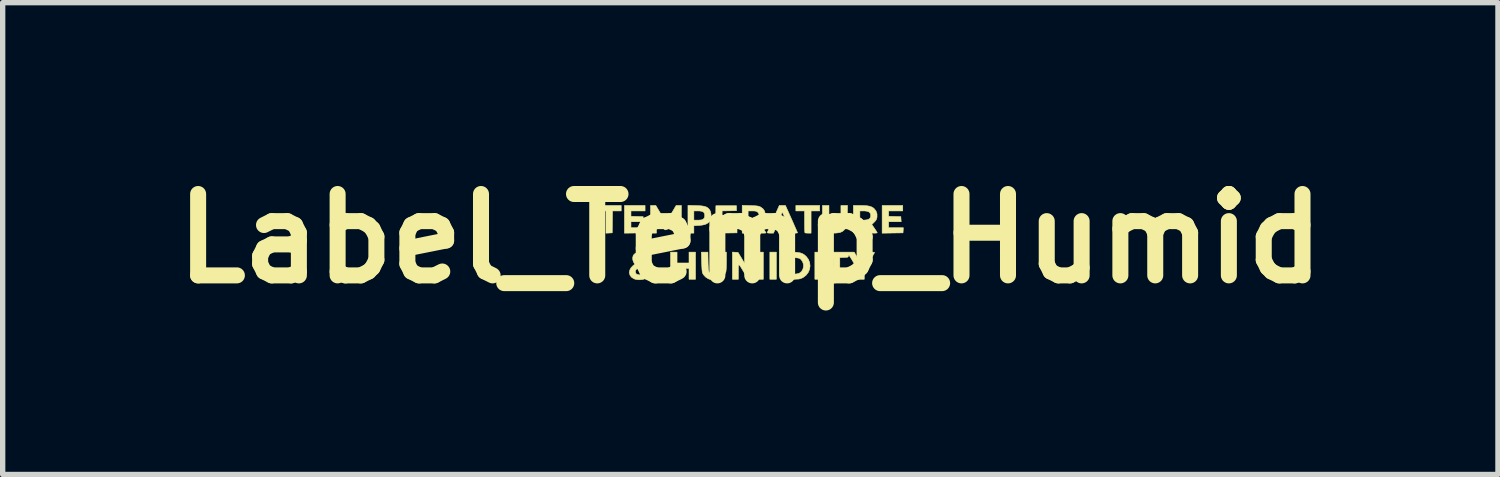
<source format=kicad_pcb>
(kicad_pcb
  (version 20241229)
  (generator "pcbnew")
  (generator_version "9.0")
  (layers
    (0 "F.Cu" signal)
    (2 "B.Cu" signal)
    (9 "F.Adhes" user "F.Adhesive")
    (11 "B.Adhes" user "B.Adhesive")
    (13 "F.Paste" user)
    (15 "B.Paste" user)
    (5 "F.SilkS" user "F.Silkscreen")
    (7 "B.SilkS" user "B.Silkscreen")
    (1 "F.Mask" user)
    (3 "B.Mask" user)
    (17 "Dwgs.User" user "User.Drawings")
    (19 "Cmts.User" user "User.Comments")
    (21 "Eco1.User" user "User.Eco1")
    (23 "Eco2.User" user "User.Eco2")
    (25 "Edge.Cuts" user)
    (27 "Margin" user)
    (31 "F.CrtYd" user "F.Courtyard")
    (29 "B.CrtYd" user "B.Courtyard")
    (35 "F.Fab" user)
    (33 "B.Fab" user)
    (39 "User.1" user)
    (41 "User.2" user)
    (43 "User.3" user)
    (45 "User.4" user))
  (footprint "Label_Temp_Humid"
    (layer "F.Cu")
    (at 11.002 1.418)
    (property "Reference" "Label_Temp_Humid" (at 0 0 0) (layer "F.SilkS") (effects (font (size 1.524 1.524) (thickness 0.3))))
    (attr through_hole)
    (fp_poly (pts (xy 0.488 0.762) (xy 0.366 0.762) (xy 0.366 0.254) (xy 0.488 0.254) (xy 0.488 0.762)) (stroke (width 0.01) (type solid)) (fill yes) (layer "F.SilkS"))
    (fp_poly (pts (xy 1.331 0.762) (xy 1.209 0.762) (xy 1.209 0.254) (xy 1.331 0.254) (xy 1.331 0.762)) (stroke (width 0.01) (type solid)) (fill yes) (layer "F.SilkS"))
    (fp_poly (pts (xy -2.418 -0.518) (xy -2.58 -0.518) (xy -2.586 -0.107) (xy -2.703 -0.101) (xy -2.703 -0.518) (xy -2.865 -0.518) (xy -2.865 -0.62) (xy -2.418 -0.62) (xy -2.418 -0.518)) (stroke (width 0.01) (type solid)) (fill yes) (layer "F.SilkS"))
    (fp_poly (pts (xy -1.372 0.457) (xy -1.148 0.457) (xy -1.148 0.254) (xy -1.026 0.254) (xy -1.026 0.762) (xy -1.148 0.762) (xy -1.148 0.559) (xy -1.372 0.559) (xy -1.372 0.762) (xy -1.494 0.762) (xy -1.494 0.254) (xy -1.372 0.254) (xy -1.372 0.457)) (stroke (width 0.01) (type solid)) (fill yes) (layer "F.SilkS"))
    (fp_poly (pts (xy -1.971 -0.518) (xy -2.235 -0.518) (xy -2.235 -0.417) (xy -2.007 -0.411) (xy -2.004 -0.363) (xy -2 -0.315) (xy -2.235 -0.315) (xy -2.235 -0.203) (xy -1.96 -0.203) (xy -1.963 -0.155) (xy -1.966 -0.107) (xy -2.357 -0.101) (xy -2.357 -0.62) (xy -1.971 -0.62) (xy -1.971 -0.518)) (stroke (width 0.01) (type solid)) (fill yes) (layer "F.SilkS"))
    (fp_poly (pts (xy 2.855 -0.518) (xy 2.591 -0.518) (xy 2.591 -0.417) (xy 2.819 -0.411) (xy 2.822 -0.363) (xy 2.826 -0.315) (xy 2.591 -0.315) (xy 2.591 -0.203) (xy 2.866 -0.203) (xy 2.863 -0.155) (xy 2.86 -0.107) (xy 2.469 -0.101) (xy 2.469 -0.62) (xy 2.855 -0.62) (xy 2.855 -0.518)) (stroke (width 0.01) (type solid)) (fill yes) (layer "F.SilkS"))
    (fp_poly (pts (xy 1.3 -0.518) (xy 1.138 -0.518) (xy 1.138 -0.102) (xy 1.084 -0.102) (xy 1.052 -0.103) (xy 1.029 -0.106) (xy 1.023 -0.108) (xy 1.021 -0.12) (xy 1.019 -0.149) (xy 1.017 -0.192) (xy 1.016 -0.246) (xy 1.016 -0.307) (xy 1.016 -0.317) (xy 1.016 -0.518) (xy 0.853 -0.518) (xy 0.853 -0.62) (xy 1.3 -0.62) (xy 1.3 -0.518)) (stroke (width 0.01) (type solid)) (fill yes) (layer "F.SilkS"))
    (fp_poly (pts (xy -0.259 -0.523) (xy -0.394 -0.52) (xy -0.528 -0.518) (xy -0.528 -0.417) (xy -0.409 -0.414) (xy -0.29 -0.411) (xy -0.29 -0.32) (xy -0.528 -0.314) (xy -0.528 -0.204) (xy -0.249 -0.198) (xy -0.249 -0.107) (xy -0.445 -0.104) (xy -0.516 -0.103) (xy -0.569 -0.103) (xy -0.606 -0.105) (xy -0.63 -0.107) (xy -0.642 -0.111) (xy -0.646 -0.114) (xy -0.647 -0.128) (xy -0.648 -0.159) (xy -0.648 -0.204) (xy -0.649 -0.26) (xy -0.648 -0.325) (xy -0.648 -0.371) (xy -0.645 -0.615) (xy -0.259 -0.615) (xy -0.259 -0.523)) (stroke (width 0.01) (type solid)) (fill yes) (layer "F.SilkS"))
    (fp_poly (pts (xy -0.23 0.259) (xy -0.136 0.415) (xy -0.043 0.571) (xy 0.052 0.412) (xy 0.147 0.254) (xy 0.244 0.254) (xy 0.244 0.762) (xy 0.132 0.762) (xy 0.132 0.612) (xy 0.132 0.462) (xy 0.058 0.587) (xy 0.029 0.636) (xy 0.007 0.671) (xy -0.01 0.693) (xy -0.023 0.705) (xy -0.034 0.71) (xy -0.043 0.711) (xy -0.056 0.709) (xy -0.069 0.701) (xy -0.084 0.684) (xy -0.104 0.655) (xy -0.129 0.614) (xy -0.163 0.557) (xy -0.188 0.518) (xy -0.205 0.496) (xy -0.215 0.491) (xy -0.22 0.504) (xy -0.223 0.534) (xy -0.223 0.582) (xy -0.223 0.617) (xy -0.224 0.762) (xy -0.335 0.762) (xy -0.335 0.253) (xy -0.23 0.259)) (stroke (width 0.01) (type solid)) (fill yes) (layer "F.SilkS"))
    (fp_poly (pts (xy -1.019 -0.618) (xy -0.945 -0.615) (xy -0.888 -0.609) (xy -0.844 -0.599) (xy -0.811 -0.585) (xy -0.784 -0.565) (xy -0.762 -0.538) (xy -0.76 -0.536) (xy -0.743 -0.498) (xy -0.735 -0.449) (xy -0.737 -0.397) (xy -0.748 -0.351) (xy -0.76 -0.327) (xy -0.792 -0.293) (xy -0.835 -0.269) (xy -0.89 -0.254) (xy -0.961 -0.246) (xy -0.963 -0.246) (xy -1.057 -0.241) (xy -1.057 -0.102) (xy -1.168 -0.102) (xy -1.168 -0.518) (xy -1.057 -0.518) (xy -1.057 -0.345) (xy -0.982 -0.345) (xy -0.939 -0.347) (xy -0.91 -0.351) (xy -0.889 -0.36) (xy -0.88 -0.366) (xy -0.862 -0.385) (xy -0.855 -0.409) (xy -0.853 -0.432) (xy -0.858 -0.469) (xy -0.874 -0.494) (xy -0.904 -0.51) (xy -0.949 -0.517) (xy -0.982 -0.518) (xy -1.057 -0.518) (xy -1.168 -0.518) (xy -1.168 -0.622) (xy -1.019 -0.618)) (stroke (width 0.01) (type solid)) (fill yes) (layer "F.SilkS"))
    (fp_poly (pts (xy -0.791 0.429) (xy -0.789 0.5) (xy -0.786 0.553) (xy -0.782 0.592) (xy -0.775 0.619) (xy -0.765 0.637) (xy -0.752 0.65) (xy -0.734 0.66) (xy -0.691 0.67) (xy -0.646 0.667) (xy -0.608 0.65) (xy -0.603 0.646) (xy -0.574 0.622) (xy -0.571 0.438) (xy -0.568 0.254) (xy -0.447 0.254) (xy -0.447 0.419) (xy -0.448 0.478) (xy -0.449 0.532) (xy -0.452 0.578) (xy -0.455 0.61) (xy -0.457 0.621) (xy -0.482 0.678) (xy -0.521 0.723) (xy -0.554 0.746) (xy -0.599 0.762) (xy -0.654 0.77) (xy -0.711 0.77) (xy -0.762 0.762) (xy -0.787 0.753) (xy -0.837 0.721) (xy -0.876 0.679) (xy -0.895 0.645) (xy -0.9 0.623) (xy -0.905 0.583) (xy -0.908 0.529) (xy -0.911 0.464) (xy -0.912 0.434) (xy -0.917 0.254) (xy -0.794 0.254) (xy -0.791 0.429)) (stroke (width 0.01) (type solid)) (fill yes) (layer "F.SilkS"))
    (fp_poly (pts (xy 2.302 0.255) (xy 2.322 0.258) (xy 2.327 0.26) (xy 2.322 0.27) (xy 2.308 0.295) (xy 2.287 0.332) (xy 2.26 0.377) (xy 2.23 0.427) (xy 2.134 0.587) (xy 2.134 0.762) (xy 2.012 0.762) (xy 2.012 0.577) (xy 1.926 0.435) (xy 1.894 0.382) (xy 1.871 0.345) (xy 1.856 0.323) (xy 1.846 0.312) (xy 1.84 0.312) (xy 1.837 0.32) (xy 1.837 0.321) (xy 1.835 0.336) (xy 1.829 0.345) (xy 1.815 0.35) (xy 1.788 0.352) (xy 1.755 0.353) (xy 1.676 0.356) (xy 1.676 0.762) (xy 1.554 0.762) (xy 1.554 0.356) (xy 1.392 0.356) (xy 1.392 0.254) (xy 1.669 0.254) (xy 1.946 0.254) (xy 1.989 0.328) (xy 2.012 0.368) (xy 2.035 0.407) (xy 2.054 0.437) (xy 2.056 0.441) (xy 2.08 0.48) (xy 2.216 0.254) (xy 2.271 0.254) (xy 2.302 0.255)) (stroke (width 0.01) (type solid)) (fill yes) (layer "F.SilkS"))
    (fp_poly (pts (xy 0.771 -0.367) (xy 0.801 -0.3) (xy 0.827 -0.24) (xy 0.85 -0.188) (xy 0.868 -0.147) (xy 0.88 -0.12) (xy 0.884 -0.108) (xy 0.884 -0.108) (xy 0.875 -0.105) (xy 0.851 -0.102) (xy 0.824 -0.102) (xy 0.764 -0.102) (xy 0.742 -0.157) (xy 0.719 -0.213) (xy 0.48 -0.213) (xy 0.457 -0.157) (xy 0.435 -0.102) (xy 0.374 -0.102) (xy 0.338 -0.103) (xy 0.321 -0.107) (xy 0.318 -0.114) (xy 0.323 -0.127) (xy 0.336 -0.155) (xy 0.354 -0.197) (xy 0.377 -0.249) (xy 0.402 -0.305) (xy 0.52 -0.305) (xy 0.681 -0.305) (xy 0.665 -0.343) (xy 0.651 -0.375) (xy 0.635 -0.415) (xy 0.628 -0.434) (xy 0.615 -0.463) (xy 0.605 -0.483) (xy 0.6 -0.488) (xy 0.593 -0.479) (xy 0.582 -0.455) (xy 0.566 -0.421) (xy 0.556 -0.396) (xy 0.52 -0.305) (xy 0.402 -0.305) (xy 0.405 -0.31) (xy 0.433 -0.373) (xy 0.543 -0.62) (xy 0.658 -0.62) (xy 0.771 -0.367)) (stroke (width 0.01) (type solid)) (fill yes) (layer "F.SilkS"))
    (fp_poly (pts (xy 0.829 0.255) (xy 0.89 0.26) (xy 0.939 0.269) (xy 0.979 0.284) (xy 1.013 0.305) (xy 1.045 0.334) (xy 1.047 0.335) (xy 1.088 0.39) (xy 1.112 0.45) (xy 1.119 0.513) (xy 1.11 0.576) (xy 1.085 0.634) (xy 1.045 0.686) (xy 0.991 0.728) (xy 0.97 0.738) (xy 0.949 0.747) (xy 0.928 0.754) (xy 0.903 0.758) (xy 0.87 0.76) (xy 0.826 0.762) (xy 0.765 0.762) (xy 0.765 0.762) (xy 0.61 0.762) (xy 0.61 0.673) (xy 0.721 0.673) (xy 0.805 0.669) (xy 0.859 0.663) (xy 0.902 0.654) (xy 0.922 0.646) (xy 0.96 0.616) (xy 0.984 0.575) (xy 0.996 0.527) (xy 0.994 0.478) (xy 0.978 0.431) (xy 0.949 0.391) (xy 0.937 0.381) (xy 0.918 0.37) (xy 0.893 0.364) (xy 0.856 0.359) (xy 0.815 0.357) (xy 0.721 0.354) (xy 0.721 0.673) (xy 0.61 0.673) (xy 0.61 0.254) (xy 0.751 0.254) (xy 0.829 0.255)) (stroke (width 0.01) (type solid)) (fill yes) (layer "F.SilkS"))
    (fp_poly (pts (xy -1.34 -0.62) (xy -1.29 -0.62) (xy -1.295 -0.107) (xy -1.348 -0.104) (xy -1.402 -0.101) (xy -1.404 -0.254) (xy -1.407 -0.407) (xy -1.479 -0.287) (xy -1.508 -0.239) (xy -1.53 -0.205) (xy -1.547 -0.183) (xy -1.56 -0.171) (xy -1.573 -0.166) (xy -1.58 -0.165) (xy -1.593 -0.164) (xy -1.604 -0.168) (xy -1.616 -0.179) (xy -1.631 -0.2) (xy -1.652 -0.232) (xy -1.68 -0.279) (xy -1.681 -0.281) (xy -1.753 -0.401) (xy -1.758 -0.102) (xy -1.807 -0.102) (xy -1.837 -0.103) (xy -1.858 -0.106) (xy -1.863 -0.108) (xy -1.865 -0.12) (xy -1.866 -0.149) (xy -1.868 -0.193) (xy -1.869 -0.249) (xy -1.869 -0.313) (xy -1.869 -0.367) (xy -1.869 -0.62) (xy -1.77 -0.62) (xy -1.676 -0.462) (xy -1.646 -0.412) (xy -1.62 -0.368) (xy -1.599 -0.334) (xy -1.585 -0.312) (xy -1.58 -0.305) (xy -1.574 -0.313) (xy -1.56 -0.336) (xy -1.538 -0.371) (xy -1.512 -0.415) (xy -1.483 -0.462) (xy -1.389 -0.62) (xy -1.34 -0.62)) (stroke (width 0.01) (type solid)) (fill yes) (layer "F.SilkS"))
    (fp_poly (pts (xy 1.473 -0.452) (xy 1.474 -0.374) (xy 1.478 -0.314) (xy 1.484 -0.269) (xy 1.496 -0.238) (xy 1.513 -0.219) (xy 1.537 -0.208) (xy 1.568 -0.204) (xy 1.585 -0.203) (xy 1.62 -0.205) (xy 1.647 -0.213) (xy 1.667 -0.228) (xy 1.681 -0.254) (xy 1.69 -0.292) (xy 1.695 -0.344) (xy 1.697 -0.414) (xy 1.697 -0.452) (xy 1.697 -0.62) (xy 1.821 -0.62) (xy 1.817 -0.439) (xy 1.816 -0.373) (xy 1.814 -0.324) (xy 1.811 -0.288) (xy 1.808 -0.261) (xy 1.802 -0.24) (xy 1.795 -0.221) (xy 1.789 -0.21) (xy 1.761 -0.165) (xy 1.726 -0.134) (xy 1.68 -0.114) (xy 1.62 -0.105) (xy 1.596 -0.103) (xy 1.55 -0.102) (xy 1.519 -0.104) (xy 1.494 -0.11) (xy 1.469 -0.122) (xy 1.463 -0.124) (xy 1.412 -0.163) (xy 1.376 -0.214) (xy 1.362 -0.253) (xy 1.358 -0.276) (xy 1.355 -0.314) (xy 1.353 -0.364) (xy 1.352 -0.421) (xy 1.351 -0.455) (xy 1.351 -0.62) (xy 1.473 -0.62) (xy 1.473 -0.452)) (stroke (width 0.01) (type solid)) (fill yes) (layer "F.SilkS"))
    (fp_poly (pts (xy -0.003 -0.618) (xy 0.058 -0.616) (xy 0.103 -0.613) (xy 0.135 -0.61) (xy 0.159 -0.604) (xy 0.18 -0.597) (xy 0.19 -0.592) (xy 0.237 -0.558) (xy 0.267 -0.515) (xy 0.281 -0.46) (xy 0.283 -0.447) (xy 0.279 -0.385) (xy 0.26 -0.334) (xy 0.224 -0.296) (xy 0.218 -0.291) (xy 0.185 -0.27) (xy 0.24 -0.19) (xy 0.263 -0.155) (xy 0.282 -0.127) (xy 0.293 -0.11) (xy 0.295 -0.106) (xy 0.285 -0.104) (xy 0.261 -0.102) (xy 0.234 -0.102) (xy 0.174 -0.102) (xy 0.125 -0.173) (xy 0.076 -0.244) (xy -0.041 -0.244) (xy -0.041 -0.102) (xy -0.152 -0.102) (xy -0.152 -0.518) (xy -0.041 -0.518) (xy -0.041 -0.345) (xy 0.035 -0.345) (xy 0.077 -0.346) (xy 0.104 -0.35) (xy 0.124 -0.358) (xy 0.138 -0.369) (xy 0.157 -0.392) (xy 0.164 -0.422) (xy 0.165 -0.432) (xy 0.16 -0.465) (xy 0.144 -0.489) (xy 0.138 -0.495) (xy 0.12 -0.507) (xy 0.099 -0.514) (xy 0.069 -0.518) (xy 0.035 -0.518) (xy -0.041 -0.518) (xy -0.152 -0.518) (xy -0.152 -0.622) (xy -0.003 -0.618)) (stroke (width 0.01) (type solid)) (fill yes) (layer "F.SilkS"))
    (fp_poly (pts (xy 2.129 -0.618) (xy 2.189 -0.614) (xy 2.237 -0.605) (xy 2.274 -0.591) (xy 2.305 -0.572) (xy 2.318 -0.562) (xy 2.354 -0.516) (xy 2.373 -0.462) (xy 2.373 -0.399) (xy 2.372 -0.397) (xy 2.364 -0.365) (xy 2.349 -0.338) (xy 2.32 -0.307) (xy 2.32 -0.307) (xy 2.275 -0.264) (xy 2.326 -0.19) (xy 2.349 -0.156) (xy 2.367 -0.128) (xy 2.376 -0.111) (xy 2.377 -0.109) (xy 2.368 -0.105) (xy 2.344 -0.102) (xy 2.318 -0.102) (xy 2.259 -0.102) (xy 2.211 -0.173) (xy 2.164 -0.244) (xy 2.053 -0.244) (xy 2.047 -0.107) (xy 1.996 -0.104) (xy 1.965 -0.103) (xy 1.943 -0.106) (xy 1.938 -0.108) (xy 1.936 -0.12) (xy 1.934 -0.149) (xy 1.932 -0.193) (xy 1.931 -0.249) (xy 1.931 -0.313) (xy 1.93 -0.367) (xy 1.93 -0.518) (xy 2.052 -0.518) (xy 2.052 -0.345) (xy 2.119 -0.345) (xy 2.162 -0.348) (xy 2.198 -0.355) (xy 2.214 -0.36) (xy 2.242 -0.381) (xy 2.254 -0.41) (xy 2.256 -0.432) (xy 2.249 -0.469) (xy 2.228 -0.495) (xy 2.192 -0.511) (xy 2.14 -0.518) (xy 2.119 -0.518) (xy 2.052 -0.518) (xy 1.93 -0.518) (xy 1.93 -0.62) (xy 2.052 -0.62) (xy 2.129 -0.618)) (stroke (width 0.01) (type solid)) (fill yes) (layer "F.SilkS"))
    (fp_poly (pts (xy -2.009 0.253) (xy -1.962 0.269) (xy -1.935 0.287) (xy -1.911 0.32) (xy -1.903 0.36) (xy -1.91 0.401) (xy -1.931 0.441) (xy -1.966 0.473) (xy -1.971 0.476) (xy -2.001 0.494) (xy -1.956 0.538) (xy -1.932 0.561) (xy -1.917 0.572) (xy -1.909 0.572) (xy -1.902 0.562) (xy -1.901 0.561) (xy -1.892 0.537) (xy -1.89 0.524) (xy -1.886 0.512) (xy -1.873 0.509) (xy -1.847 0.513) (xy -1.827 0.518) (xy -1.803 0.527) (xy -1.795 0.536) (xy -1.797 0.554) (xy -1.798 0.557) (xy -1.809 0.587) (xy -1.822 0.616) (xy -1.831 0.637) (xy -1.83 0.651) (xy -1.817 0.667) (xy -1.808 0.676) (xy -1.778 0.705) (xy -1.843 0.772) (xy -1.87 0.746) (xy -1.897 0.721) (xy -1.952 0.746) (xy -2.014 0.766) (xy -2.08 0.772) (xy -2.145 0.765) (xy -2.182 0.752) (xy -2.226 0.723) (xy -2.254 0.685) (xy -2.265 0.641) (xy -2.264 0.63) (xy -2.153 0.63) (xy -2.14 0.657) (xy -2.131 0.665) (xy -2.102 0.676) (xy -2.062 0.68) (xy -2.021 0.677) (xy -1.995 0.67) (xy -1.967 0.66) (xy -2.022 0.604) (xy -2.05 0.577) (xy -2.075 0.558) (xy -2.09 0.549) (xy -2.092 0.549) (xy -2.109 0.555) (xy -2.13 0.571) (xy -2.15 0.599) (xy -2.153 0.63) (xy -2.264 0.63) (xy -2.259 0.594) (xy -2.235 0.548) (xy -2.199 0.51) (xy -2.163 0.48) (xy -2.184 0.446) (xy -2.2 0.403) (xy -2.202 0.374) (xy -2.101 0.374) (xy -2.091 0.405) (xy -2.087 0.411) (xy -2.074 0.429) (xy -2.064 0.435) (xy -2.048 0.428) (xy -2.03 0.415) (xy -2.009 0.391) (xy -2.003 0.366) (xy -2.011 0.343) (xy -2.031 0.329) (xy -2.06 0.328) (xy -2.07 0.331) (xy -2.094 0.348) (xy -2.101 0.374) (xy -2.202 0.374) (xy -2.203 0.358) (xy -2.193 0.317) (xy -2.188 0.309) (xy -2.156 0.277) (xy -2.112 0.257) (xy -2.061 0.249) (xy -2.009 0.253)) (stroke (width 0.01) (type solid)) (fill yes) (layer "F.SilkS")))
  (gr_rect
    (start -3 -3)
    (end 25.004 5.836)
    (stroke (width 0.1) (type default))
    (fill no)
    (layer "Edge.Cuts")))
</source>
